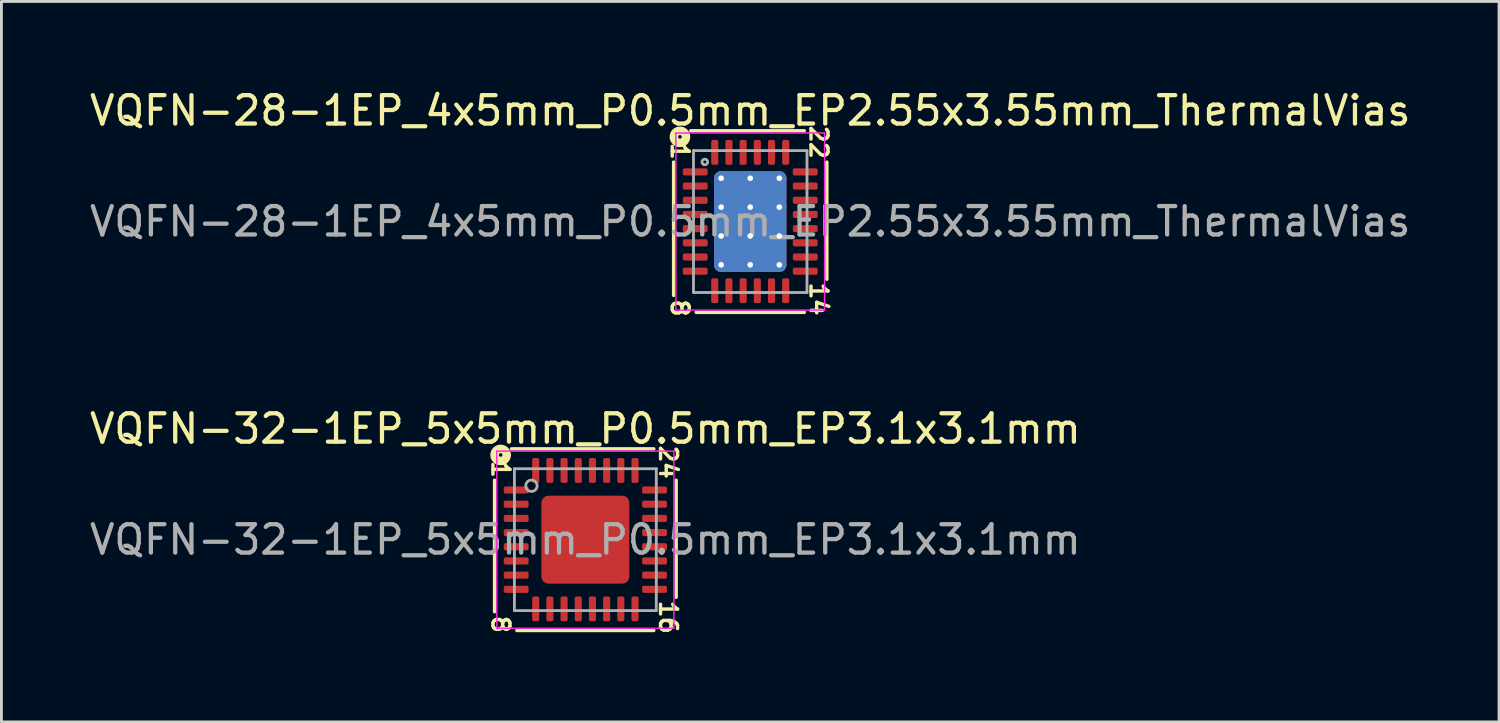
<source format=kicad_pcb>
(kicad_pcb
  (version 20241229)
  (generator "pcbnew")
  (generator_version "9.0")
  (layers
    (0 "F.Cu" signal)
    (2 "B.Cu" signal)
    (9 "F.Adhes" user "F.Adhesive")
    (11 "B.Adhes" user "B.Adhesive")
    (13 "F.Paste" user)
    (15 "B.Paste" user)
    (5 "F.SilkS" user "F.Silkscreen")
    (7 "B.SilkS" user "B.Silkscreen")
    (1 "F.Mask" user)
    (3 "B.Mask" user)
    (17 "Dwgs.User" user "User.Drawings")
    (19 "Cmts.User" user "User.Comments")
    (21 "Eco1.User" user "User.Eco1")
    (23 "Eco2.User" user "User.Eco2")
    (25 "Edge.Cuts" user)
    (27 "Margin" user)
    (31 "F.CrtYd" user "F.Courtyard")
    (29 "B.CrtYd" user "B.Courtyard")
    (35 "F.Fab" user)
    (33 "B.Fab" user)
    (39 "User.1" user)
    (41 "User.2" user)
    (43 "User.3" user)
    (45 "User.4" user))
  (footprint "VQFN-28-1EP_4x5mm_P0.5mm_EP2.55x3.55mm_ThermalVias"
    (layer "F.Cu")
    (at 23.387 4.757)
    (property "Reference" "VQFN-28-1EP_4x5mm_P0.5mm_EP2.55x3.55mm_ThermalVias" (at 0 -3.909 0) (layer "F.SilkS") (effects (font (size 1 1) (thickness 0.15))))
    (attr smd)
    (fp_line (start -2.7 -2.095) (end -2.7 2.603) (stroke (width 0.12) (type solid)) (layer "F.SilkS"))
    (fp_line (start -1.905 3.2) (end 1.905 3.2) (stroke (width 0.12) (type solid)) (layer "F.SilkS"))
    (fp_line (start 1.905 -3.2) (end -2.095 -3.2) (stroke (width 0.12) (type solid)) (layer "F.SilkS"))
    (fp_line (start 2.7 2.032) (end 2.7 -2.095) (stroke (width 0.12) (type solid)) (layer "F.SilkS"))
    (fp_circle (center -2.477 -2.985) (end -2.413 -2.985) (stroke (width 0.3) (type solid)) (fill no) (layer "F.SilkS"))
    (fp_line (start -2.62 -3.12) (end -2.62 3.12) (stroke (width 0.05) (type solid)) (layer "F.CrtYd"))
    (fp_line (start -2.62 3.12) (end 2.62 3.12) (stroke (width 0.05) (type solid)) (layer "F.CrtYd"))
    (fp_line (start 2.62 -3.12) (end -2.62 -3.12) (stroke (width 0.05) (type solid)) (layer "F.CrtYd"))
    (fp_line (start 2.62 3.12) (end 2.62 -3.12) (stroke (width 0.05) (type solid)) (layer "F.CrtYd"))
    (fp_line (start -2 -2.5) (end 2 -2.5) (stroke (width 0.1) (type solid)) (layer "F.Fab"))
    (fp_line (start -2 2.5) (end -2 -2.5) (stroke (width 0.1) (type solid)) (layer "F.Fab"))
    (fp_line (start 2 -2.5) (end 2 2.5) (stroke (width 0.1) (type solid)) (layer "F.Fab"))
    (fp_line (start 2 2.5) (end -2 2.5) (stroke (width 0.1) (type solid)) (layer "F.Fab"))
    (fp_circle (center -1.6 -2.1) (end -1.5 -2.1) (stroke (width 0.1) (type solid)) (fill no) (layer "F.Fab"))
    (fp_text user "14" (at 2.413 2.731 270) (unlocked yes) (layer "F.SilkS") (effects (font (size 0.6 0.6) (thickness 0.12))))
    (fp_text user "22" (at 2.413 -2.794 270) (unlocked yes) (layer "F.SilkS") (effects (font (size 0.6 0.6) (thickness 0.12))))
    (fp_text user "1" (at -2.477 -2.477 270) (unlocked yes) (layer "F.SilkS") (effects (font (size 0.6 0.6) (thickness 0.12))))
    (fp_text user "8" (at -2.477 3.048 270) (unlocked yes) (layer "F.SilkS") (effects (font (size 0.6 0.6) (thickness 0.12))))
    (fp_text user "${REFERENCE}" (at 0 0 0) (layer "F.Fab") (effects (font (size 1 1) (thickness 0.15))))
    (pad "" smd roundrect (at -0.635 -1.18) (size 1.03 0.95) (layers "F.Paste") (roundrect_rratio 0.25))
    (pad "" smd roundrect (at -0.635 0) (size 1.03 0.95) (layers "F.Paste") (roundrect_rratio 0.25))
    (pad "" smd roundrect (at -0.635 1.18) (size 1.03 0.95) (layers "F.Paste") (roundrect_rratio 0.25))
    (pad "" smd roundrect (at 0.635 -1.18) (size 1.03 0.95) (layers "F.Paste") (roundrect_rratio 0.25))
    (pad "" smd roundrect (at 0.635 0) (size 1.03 0.95) (layers "F.Paste") (roundrect_rratio 0.25))
    (pad "" smd roundrect (at 0.635 1.18) (size 1.03 0.95) (layers "F.Paste") (roundrect_rratio 0.25))
    (pad "1" smd roundrect (at -1.938 -1.75) (size 0.875 0.25) (layers "F.Cu" "F.Mask" "F.Paste") (roundrect_rratio 0.25))
    (pad "2" smd roundrect (at -1.938 -1.25) (size 0.875 0.25) (layers "F.Cu" "F.Mask" "F.Paste") (roundrect_rratio 0.25))
    (pad "3" smd roundrect (at -1.938 -0.75) (size 0.875 0.25) (layers "F.Cu" "F.Mask" "F.Paste") (roundrect_rratio 0.25))
    (pad "4" smd roundrect (at -1.938 -0.25) (size 0.875 0.25) (layers "F.Cu" "F.Mask" "F.Paste") (roundrect_rratio 0.25))
    (pad "5" smd roundrect (at -1.938 0.25) (size 0.875 0.25) (layers "F.Cu" "F.Mask" "F.Paste") (roundrect_rratio 0.25))
    (pad "6" smd roundrect (at -1.938 0.75) (size 0.875 0.25) (layers "F.Cu" "F.Mask" "F.Paste") (roundrect_rratio 0.25))
    (pad "7" smd roundrect (at -1.938 1.25) (size 0.875 0.25) (layers "F.Cu" "F.Mask" "F.Paste") (roundrect_rratio 0.25))
    (pad "8" smd roundrect (at -1.938 1.75) (size 0.875 0.25) (layers "F.Cu" "F.Mask" "F.Paste") (roundrect_rratio 0.25))
    (pad "9" smd roundrect (at -1.25 2.438) (size 0.25 0.875) (layers "F.Cu" "F.Mask" "F.Paste") (roundrect_rratio 0.25))
    (pad "10" smd roundrect (at -0.75 2.438) (size 0.25 0.875) (layers "F.Cu" "F.Mask" "F.Paste") (roundrect_rratio 0.25))
    (pad "11" smd roundrect (at -0.25 2.438) (size 0.25 0.875) (layers "F.Cu" "F.Mask" "F.Paste") (roundrect_rratio 0.25))
    (pad "12" smd roundrect (at 0.25 2.438) (size 0.25 0.875) (layers "F.Cu" "F.Mask" "F.Paste") (roundrect_rratio 0.25))
    (pad "13" smd roundrect (at 0.75 2.438) (size 0.25 0.875) (layers "F.Cu" "F.Mask" "F.Paste") (roundrect_rratio 0.25))
    (pad "14" smd roundrect (at 1.25 2.438) (size 0.25 0.875) (layers "F.Cu" "F.Mask" "F.Paste") (roundrect_rratio 0.25))
    (pad "15" smd roundrect (at 1.938 1.75) (size 0.875 0.25) (layers "F.Cu" "F.Mask" "F.Paste") (roundrect_rratio 0.25))
    (pad "16" smd roundrect (at 1.938 1.25) (size 0.875 0.25) (layers "F.Cu" "F.Mask" "F.Paste") (roundrect_rratio 0.25))
    (pad "17" smd roundrect (at 1.938 0.75) (size 0.875 0.25) (layers "F.Cu" "F.Mask" "F.Paste") (roundrect_rratio 0.25))
    (pad "18" smd roundrect (at 1.938 0.25) (size 0.875 0.25) (layers "F.Cu" "F.Mask" "F.Paste") (roundrect_rratio 0.25))
    (pad "19" smd roundrect (at 1.938 -0.25) (size 0.875 0.25) (layers "F.Cu" "F.Mask" "F.Paste") (roundrect_rratio 0.25))
    (pad "20" smd roundrect (at 1.938 -0.75) (size 0.875 0.25) (layers "F.Cu" "F.Mask" "F.Paste") (roundrect_rratio 0.25))
    (pad "21" smd roundrect (at 1.938 -1.25) (size 0.875 0.25) (layers "F.Cu" "F.Mask" "F.Paste") (roundrect_rratio 0.25))
    (pad "22" smd roundrect (at 1.938 -1.75) (size 0.875 0.25) (layers "F.Cu" "F.Mask" "F.Paste") (roundrect_rratio 0.25))
    (pad "23" smd roundrect (at 1.25 -2.438) (size 0.25 0.875) (layers "F.Cu" "F.Mask" "F.Paste") (roundrect_rratio 0.25))
    (pad "24" smd roundrect (at 0.75 -2.438) (size 0.25 0.875) (layers "F.Cu" "F.Mask" "F.Paste") (roundrect_rratio 0.25))
    (pad "25" smd roundrect (at 0.25 -2.438) (size 0.25 0.875) (layers "F.Cu" "F.Mask" "F.Paste") (roundrect_rratio 0.25))
    (pad "26" smd roundrect (at -0.25 -2.438) (size 0.25 0.875) (layers "F.Cu" "F.Mask" "F.Paste") (roundrect_rratio 0.25))
    (pad "27" smd roundrect (at -0.75 -2.438) (size 0.25 0.875) (layers "F.Cu" "F.Mask" "F.Paste") (roundrect_rratio 0.25))
    (pad "28" smd roundrect (at -1.25 -2.438) (size 0.25 0.875) (layers "F.Cu" "F.Mask" "F.Paste") (roundrect_rratio 0.25))
    (pad "29" thru_hole circle (at -1.025 -1.525) (size 0.5 0.5) (drill 0.2) (property pad_prop_heatsink) (layers "*.Cu"))
    (pad "29" thru_hole circle (at -1.025 -0.508) (size 0.5 0.5) (drill 0.2) (property pad_prop_heatsink) (layers "*.Cu"))
    (pad "29" thru_hole circle (at -1.025 0.508) (size 0.5 0.5) (drill 0.2) (property pad_prop_heatsink) (layers "*.Cu"))
    (pad "29" thru_hole circle (at -1.025 1.525) (size 0.5 0.5) (drill 0.2) (property pad_prop_heatsink) (layers "*.Cu"))
    (pad "29" thru_hole circle (at 0 -1.525) (size 0.5 0.5) (drill 0.2) (property pad_prop_heatsink) (layers "*.Cu"))
    (pad "29" thru_hole circle (at 0 -0.508) (size 0.5 0.5) (drill 0.2) (property pad_prop_heatsink) (layers "*.Cu"))
    (pad "29" smd roundrect (at 0 0) (size 2.55 3.55) (layers "F.Cu" "F.Mask") (roundrect_rratio 0.098))
    (pad "29" smd roundrect (at 0 0) (size 2.55 3.55) (layers "B.Cu" "B.Mask") (roundrect_rratio 0.098))
    (pad "29" thru_hole circle (at 0 0.508) (size 0.5 0.5) (drill 0.2) (property pad_prop_heatsink) (layers "*.Cu"))
    (pad "29" thru_hole circle (at 0 1.525) (size 0.5 0.5) (drill 0.2) (property pad_prop_heatsink) (layers "*.Cu"))
    (pad "29" thru_hole circle (at 1.025 -1.525) (size 0.5 0.5) (drill 0.2) (property pad_prop_heatsink) (layers "*.Cu"))
    (pad "29" thru_hole circle (at 1.025 -0.508) (size 0.5 0.5) (drill 0.2) (property pad_prop_heatsink) (layers "*.Cu"))
    (pad "29" thru_hole circle (at 1.025 0.508) (size 0.5 0.5) (drill 0.2) (property pad_prop_heatsink) (layers "*.Cu"))
    (pad "29" thru_hole circle (at 1.025 1.525) (size 0.5 0.5) (drill 0.2) (property pad_prop_heatsink) (layers "*.Cu")))
  (footprint "VQFN-32-1EP_5x5mm_P0.5mm_EP3.1x3.1mm"
    (layer "F.Cu")
    (at 17.577 15.967)
    (property "Reference" "VQFN-32-1EP_5x5mm_P0.5mm_EP3.1x3.1mm" (at 0 -3.909 0) (layer "F.SilkS") (effects (font (size 1 1) (thickness 0.15))))
    (attr smd)
    (fp_line (start -3.2 -2.095) (end -3.2 2.54) (stroke (width 0.12) (type solid)) (layer "F.SilkS"))
    (fp_line (start -2.413 3.2) (end 2.413 3.2) (stroke (width 0.12) (type solid)) (layer "F.SilkS"))
    (fp_line (start 2.413 -3.2) (end -2.603 -3.2) (stroke (width 0.12) (type solid)) (layer "F.SilkS"))
    (fp_line (start 3.2 2.032) (end 3.2 -2.095) (stroke (width 0.12) (type solid)) (layer "F.SilkS"))
    (fp_circle (center -2.985 -2.985) (end -2.921 -2.985) (stroke (width 0.3) (type solid)) (fill no) (layer "F.SilkS"))
    (fp_line (start -3.12 -3.12) (end -3.12 3.12) (stroke (width 0.05) (type solid)) (layer "F.CrtYd"))
    (fp_line (start -3.12 3.12) (end 3.12 3.12) (stroke (width 0.05) (type solid)) (layer "F.CrtYd"))
    (fp_line (start 3.12 -3.12) (end -3.12 -3.12) (stroke (width 0.05) (type solid)) (layer "F.CrtYd"))
    (fp_line (start 3.12 3.12) (end 3.12 -3.12) (stroke (width 0.05) (type solid)) (layer "F.CrtYd"))
    (fp_line (start -2.5 -2.5) (end 2.5 -2.5) (stroke (width 0.1) (type solid)) (layer "F.Fab"))
    (fp_line (start -2.5 2.5) (end -2.5 -2.5) (stroke (width 0.1) (type solid)) (layer "F.Fab"))
    (fp_line (start 2.5 -2.5) (end 2.5 2.5) (stroke (width 0.1) (type solid)) (layer "F.Fab"))
    (fp_line (start 2.5 2.5) (end -2.5 2.5) (stroke (width 0.1) (type solid)) (layer "F.Fab"))
    (fp_circle (center -1.9 -1.9) (end -1.7 -1.9) (stroke (width 0.1) (type solid)) (fill no) (layer "F.Fab"))
    (fp_text user "16" (at 2.921 2.731 270) (unlocked yes) (layer "F.SilkS") (effects (font (size 0.6 0.6) (thickness 0.12))))
    (fp_text user "24" (at 2.921 -2.731 270) (unlocked yes) (layer "F.SilkS") (effects (font (size 0.6 0.6) (thickness 0.12))))
    (fp_text user "1" (at -2.985 -2.477 270) (unlocked yes) (layer "F.SilkS") (effects (font (size 0.6 0.6) (thickness 0.12))))
    (fp_text user "8" (at -2.985 2.985 270) (unlocked yes) (layer "F.SilkS") (effects (font (size 0.6 0.6) (thickness 0.12))))
    (fp_text user "${REFERENCE}" (at 0 0 0) (layer "F.Fab") (effects (font (size 1 1) (thickness 0.15))))
    (pad "" smd roundrect (at -0.775 -0.775) (size 1.25 1.25) (layers "F.Paste") (roundrect_rratio 0.2))
    (pad "" smd roundrect (at -0.775 0.775) (size 1.25 1.25) (layers "F.Paste") (roundrect_rratio 0.2))
    (pad "" smd roundrect (at 0.775 -0.775) (size 1.25 1.25) (layers "F.Paste") (roundrect_rratio 0.2))
    (pad "" smd roundrect (at 0.775 0.775) (size 1.25 1.25) (layers "F.Paste") (roundrect_rratio 0.2))
    (pad "1" smd roundrect (at -2.438 -1.75) (size 0.875 0.25) (layers "F.Cu" "F.Mask" "F.Paste") (roundrect_rratio 0.25))
    (pad "2" smd roundrect (at -2.438 -1.25) (size 0.875 0.25) (layers "F.Cu" "F.Mask" "F.Paste") (roundrect_rratio 0.25))
    (pad "3" smd roundrect (at -2.438 -0.75) (size 0.875 0.25) (layers "F.Cu" "F.Mask" "F.Paste") (roundrect_rratio 0.25))
    (pad "4" smd roundrect (at -2.438 -0.25) (size 0.875 0.25) (layers "F.Cu" "F.Mask" "F.Paste") (roundrect_rratio 0.25))
    (pad "5" smd roundrect (at -2.438 0.25) (size 0.875 0.25) (layers "F.Cu" "F.Mask" "F.Paste") (roundrect_rratio 0.25))
    (pad "6" smd roundrect (at -2.438 0.75) (size 0.875 0.25) (layers "F.Cu" "F.Mask" "F.Paste") (roundrect_rratio 0.25))
    (pad "7" smd roundrect (at -2.438 1.25) (size 0.875 0.25) (layers "F.Cu" "F.Mask" "F.Paste") (roundrect_rratio 0.25))
    (pad "8" smd roundrect (at -2.438 1.75) (size 0.875 0.25) (layers "F.Cu" "F.Mask" "F.Paste") (roundrect_rratio 0.25))
    (pad "9" smd roundrect (at -1.75 2.438) (size 0.25 0.875) (layers "F.Cu" "F.Mask" "F.Paste") (roundrect_rratio 0.25))
    (pad "10" smd roundrect (at -1.25 2.438) (size 0.25 0.875) (layers "F.Cu" "F.Mask" "F.Paste") (roundrect_rratio 0.25))
    (pad "11" smd roundrect (at -0.75 2.438) (size 0.25 0.875) (layers "F.Cu" "F.Mask" "F.Paste") (roundrect_rratio 0.25))
    (pad "12" smd roundrect (at -0.25 2.438) (size 0.25 0.875) (layers "F.Cu" "F.Mask" "F.Paste") (roundrect_rratio 0.25))
    (pad "13" smd roundrect (at 0.25 2.438) (size 0.25 0.875) (layers "F.Cu" "F.Mask" "F.Paste") (roundrect_rratio 0.25))
    (pad "14" smd roundrect (at 0.75 2.438) (size 0.25 0.875) (layers "F.Cu" "F.Mask" "F.Paste") (roundrect_rratio 0.25))
    (pad "15" smd roundrect (at 1.25 2.438) (size 0.25 0.875) (layers "F.Cu" "F.Mask" "F.Paste") (roundrect_rratio 0.25))
    (pad "16" smd roundrect (at 1.75 2.438) (size 0.25 0.875) (layers "F.Cu" "F.Mask" "F.Paste") (roundrect_rratio 0.25))
    (pad "17" smd roundrect (at 2.438 1.75) (size 0.875 0.25) (layers "F.Cu" "F.Mask" "F.Paste") (roundrect_rratio 0.25))
    (pad "18" smd roundrect (at 2.438 1.25) (size 0.875 0.25) (layers "F.Cu" "F.Mask" "F.Paste") (roundrect_rratio 0.25))
    (pad "19" smd roundrect (at 2.438 0.75) (size 0.875 0.25) (layers "F.Cu" "F.Mask" "F.Paste") (roundrect_rratio 0.25))
    (pad "20" smd roundrect (at 2.438 0.25) (size 0.875 0.25) (layers "F.Cu" "F.Mask" "F.Paste") (roundrect_rratio 0.25))
    (pad "21" smd roundrect (at 2.438 -0.25) (size 0.875 0.25) (layers "F.Cu" "F.Mask" "F.Paste") (roundrect_rratio 0.25))
    (pad "22" smd roundrect (at 2.438 -0.75) (size 0.875 0.25) (layers "F.Cu" "F.Mask" "F.Paste") (roundrect_rratio 0.25))
    (pad "23" smd roundrect (at 2.438 -1.25) (size 0.875 0.25) (layers "F.Cu" "F.Mask" "F.Paste") (roundrect_rratio 0.25))
    (pad "24" smd roundrect (at 2.438 -1.75) (size 0.875 0.25) (layers "F.Cu" "F.Mask" "F.Paste") (roundrect_rratio 0.25))
    (pad "25" smd roundrect (at 1.75 -2.438) (size 0.25 0.875) (layers "F.Cu" "F.Mask" "F.Paste") (roundrect_rratio 0.25))
    (pad "26" smd roundrect (at 1.25 -2.438) (size 0.25 0.875) (layers "F.Cu" "F.Mask" "F.Paste") (roundrect_rratio 0.25))
    (pad "27" smd roundrect (at 0.75 -2.438) (size 0.25 0.875) (layers "F.Cu" "F.Mask" "F.Paste") (roundrect_rratio 0.25))
    (pad "28" smd roundrect (at 0.25 -2.438) (size 0.25 0.875) (layers "F.Cu" "F.Mask" "F.Paste") (roundrect_rratio 0.25))
    (pad "29" smd roundrect (at -0.25 -2.438) (size 0.25 0.875) (layers "F.Cu" "F.Mask" "F.Paste") (roundrect_rratio 0.25))
    (pad "30" smd roundrect (at -0.75 -2.438) (size 0.25 0.875) (layers "F.Cu" "F.Mask" "F.Paste") (roundrect_rratio 0.25))
    (pad "31" smd roundrect (at -1.25 -2.438) (size 0.25 0.875) (layers "F.Cu" "F.Mask" "F.Paste") (roundrect_rratio 0.25))
    (pad "32" smd roundrect (at -1.75 -2.438) (size 0.25 0.875) (layers "F.Cu" "F.Mask" "F.Paste") (roundrect_rratio 0.25))
    (pad "33" smd roundrect (at 0 0) (size 3.1 3.1) (layers "F.Cu" "F.Mask") (roundrect_rratio 0.081)))
  (gr_rect
    (start -3 -3)
    (end 49.774 22.389)
    (stroke (width 0.1) (type default))
    (fill no)
    (layer "Edge.Cuts")))
</source>
